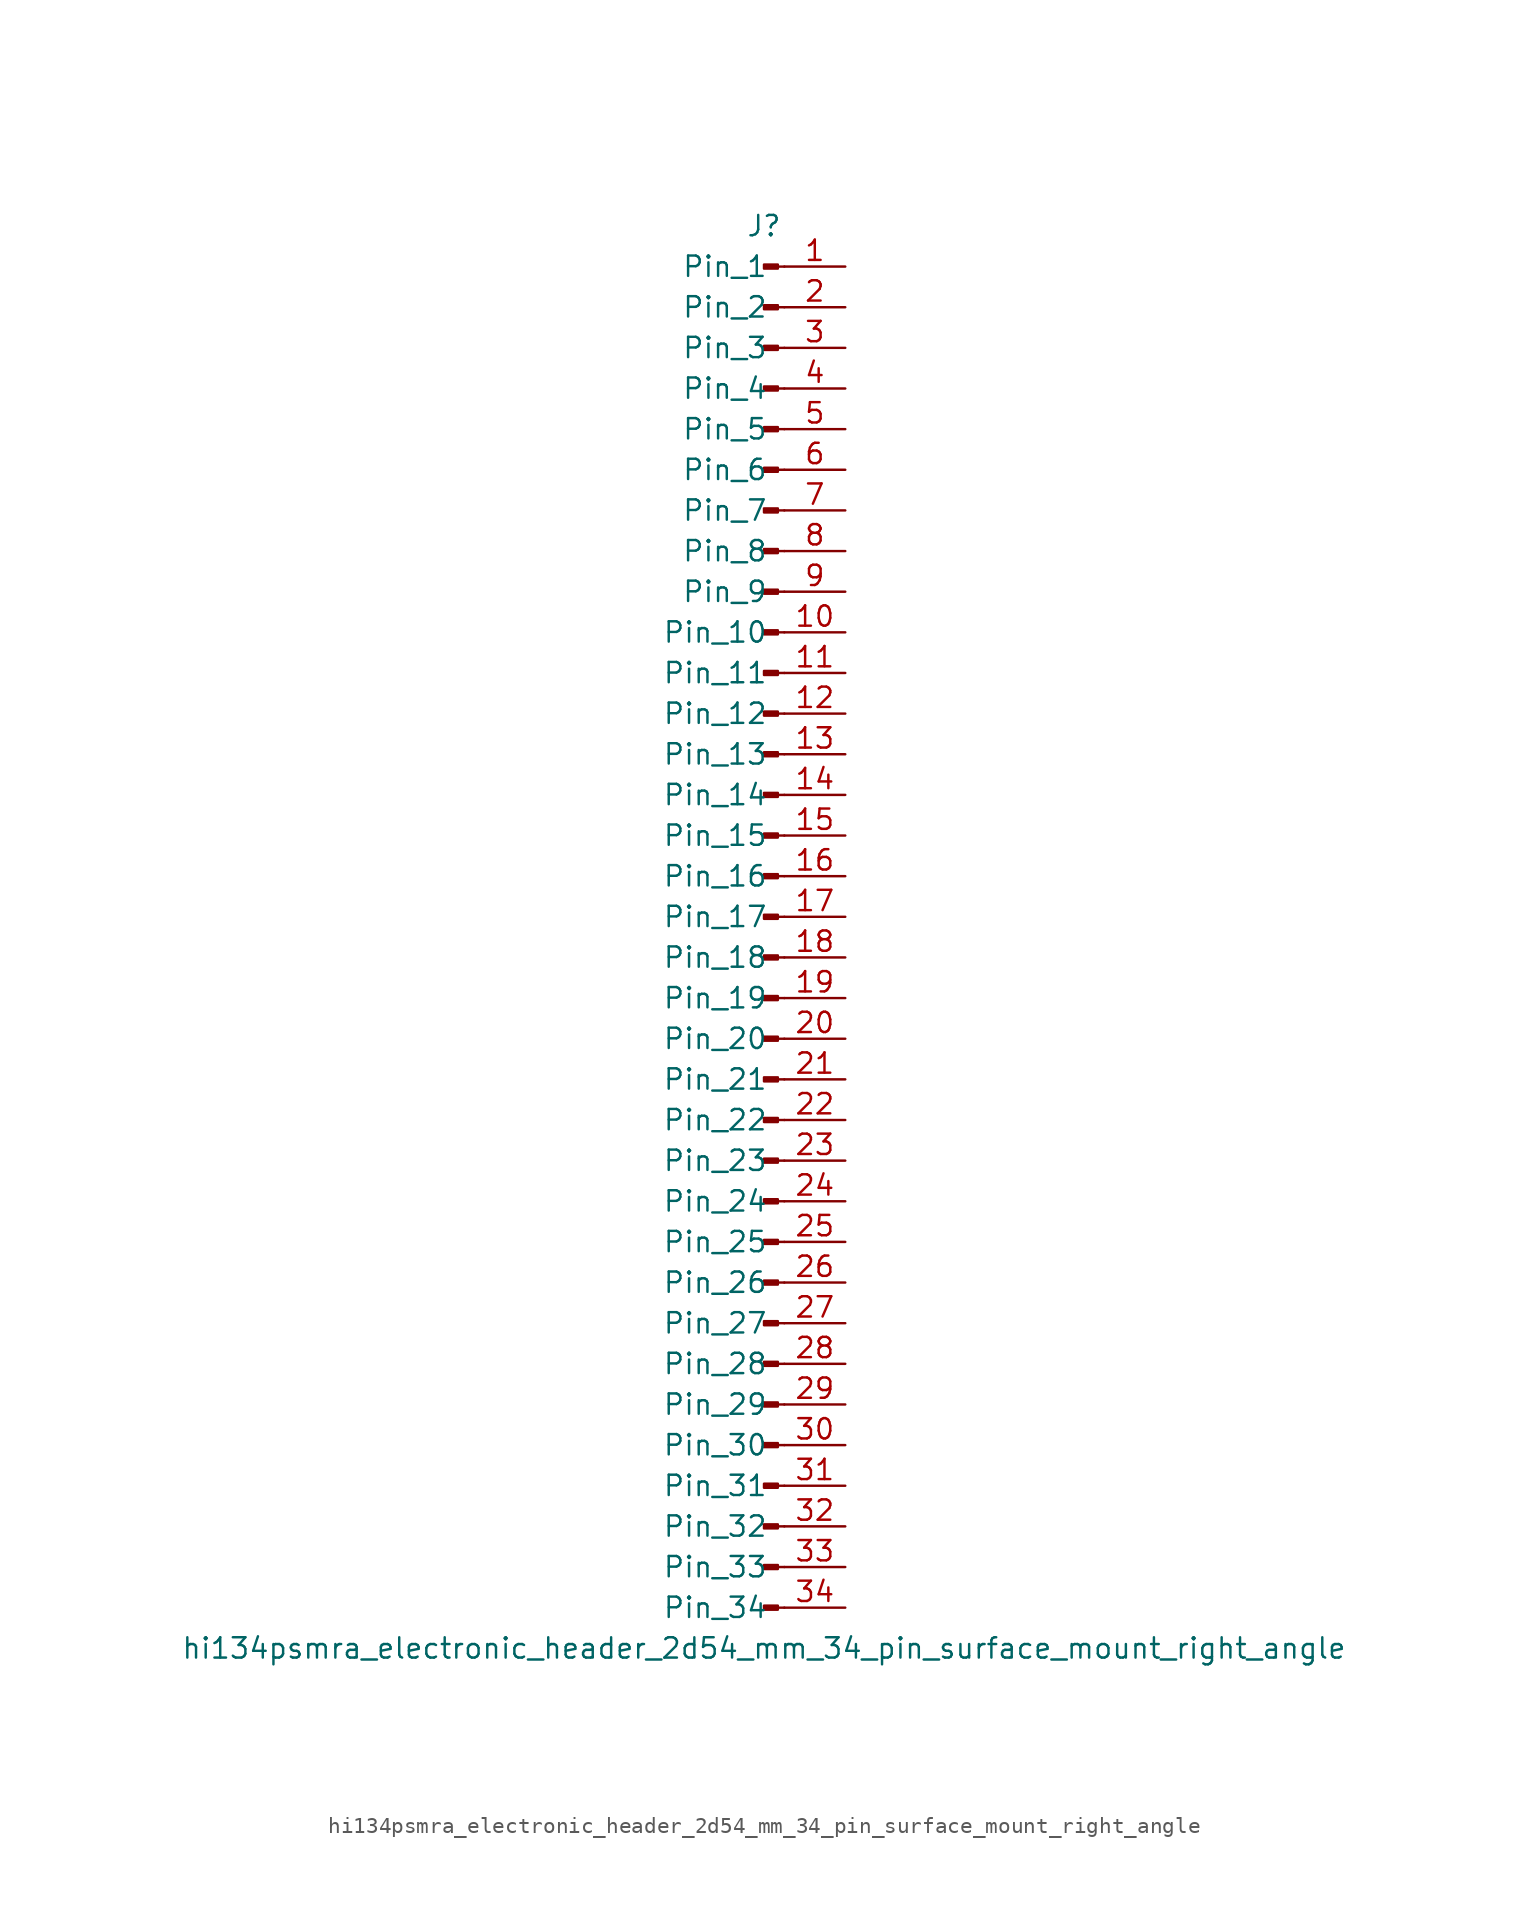
<source format=kicad_sym>
(kicad_symbol_lib
  (version 20220914)
  (generator kicad_symbol_editor)
  (symbol "hi134psmra_electronic_header_2d54_mm_34_pin_surface_mount_right_angle"
    (pin_names
      (offset 1.016))
    (property "Reference" "J"
      (at 0 43.18 0)
      (effects (font (size 1.27 1.27))))
    (property "Value" "hi134psmra_electronic_header_2d54_mm_34_pin_surface_mount_right_angle"
      (at 0 -45.72 0)
      (effects (font (size 1.27 1.27))))
    (property "ki_locked" ""
      (at 0 0 0)
      (effects (font (size 1.27 1.27))))
    (symbol "hi134psmra_electronic_header_2d54_mm_34_pin_surface_mount_right_angle_1_1"
      (polyline (pts (xy 1.27 -43.18) (xy 0.864 -43.18)) (stroke (width 0.152) (type default)) (fill (type none)))
      (polyline (pts (xy 1.27 -40.64) (xy 0.864 -40.64)) (stroke (width 0.152) (type default)) (fill (type none)))
      (polyline (pts (xy 1.27 -38.1) (xy 0.864 -38.1)) (stroke (width 0.152) (type default)) (fill (type none)))
      (polyline (pts (xy 1.27 -35.56) (xy 0.864 -35.56)) (stroke (width 0.152) (type default)) (fill (type none)))
      (polyline (pts (xy 1.27 -33.02) (xy 0.864 -33.02)) (stroke (width 0.152) (type default)) (fill (type none)))
      (polyline (pts (xy 1.27 -30.48) (xy 0.864 -30.48)) (stroke (width 0.152) (type default)) (fill (type none)))
      (polyline (pts (xy 1.27 -27.94) (xy 0.864 -27.94)) (stroke (width 0.152) (type default)) (fill (type none)))
      (polyline (pts (xy 1.27 -25.4) (xy 0.864 -25.4)) (stroke (width 0.152) (type default)) (fill (type none)))
      (polyline (pts (xy 1.27 -22.86) (xy 0.864 -22.86)) (stroke (width 0.152) (type default)) (fill (type none)))
      (polyline (pts (xy 1.27 -20.32) (xy 0.864 -20.32)) (stroke (width 0.152) (type default)) (fill (type none)))
      (polyline (pts (xy 1.27 -17.78) (xy 0.864 -17.78)) (stroke (width 0.152) (type default)) (fill (type none)))
      (polyline (pts (xy 1.27 -15.24) (xy 0.864 -15.24)) (stroke (width 0.152) (type default)) (fill (type none)))
      (polyline (pts (xy 1.27 -12.7) (xy 0.864 -12.7)) (stroke (width 0.152) (type default)) (fill (type none)))
      (polyline (pts (xy 1.27 -10.16) (xy 0.864 -10.16)) (stroke (width 0.152) (type default)) (fill (type none)))
      (polyline (pts (xy 1.27 -7.62) (xy 0.864 -7.62)) (stroke (width 0.152) (type default)) (fill (type none)))
      (polyline (pts (xy 1.27 -5.08) (xy 0.864 -5.08)) (stroke (width 0.152) (type default)) (fill (type none)))
      (polyline (pts (xy 1.27 -2.54) (xy 0.864 -2.54)) (stroke (width 0.152) (type default)) (fill (type none)))
      (polyline (pts (xy 1.27 0) (xy 0.864 0)) (stroke (width 0.152) (type default)) (fill (type none)))
      (polyline (pts (xy 1.27 2.54) (xy 0.864 2.54)) (stroke (width 0.152) (type default)) (fill (type none)))
      (polyline (pts (xy 1.27 5.08) (xy 0.864 5.08)) (stroke (width 0.152) (type default)) (fill (type none)))
      (polyline (pts (xy 1.27 7.62) (xy 0.864 7.62)) (stroke (width 0.152) (type default)) (fill (type none)))
      (polyline (pts (xy 1.27 10.16) (xy 0.864 10.16)) (stroke (width 0.152) (type default)) (fill (type none)))
      (polyline (pts (xy 1.27 12.7) (xy 0.864 12.7)) (stroke (width 0.152) (type default)) (fill (type none)))
      (polyline (pts (xy 1.27 15.24) (xy 0.864 15.24)) (stroke (width 0.152) (type default)) (fill (type none)))
      (polyline (pts (xy 1.27 17.78) (xy 0.864 17.78)) (stroke (width 0.152) (type default)) (fill (type none)))
      (polyline (pts (xy 1.27 20.32) (xy 0.864 20.32)) (stroke (width 0.152) (type default)) (fill (type none)))
      (polyline (pts (xy 1.27 22.86) (xy 0.864 22.86)) (stroke (width 0.152) (type default)) (fill (type none)))
      (polyline (pts (xy 1.27 25.4) (xy 0.864 25.4)) (stroke (width 0.152) (type default)) (fill (type none)))
      (polyline (pts (xy 1.27 27.94) (xy 0.864 27.94)) (stroke (width 0.152) (type default)) (fill (type none)))
      (polyline (pts (xy 1.27 30.48) (xy 0.864 30.48)) (stroke (width 0.152) (type default)) (fill (type none)))
      (polyline (pts (xy 1.27 33.02) (xy 0.864 33.02)) (stroke (width 0.152) (type default)) (fill (type none)))
      (polyline (pts (xy 1.27 35.56) (xy 0.864 35.56)) (stroke (width 0.152) (type default)) (fill (type none)))
      (polyline (pts (xy 1.27 38.1) (xy 0.864 38.1)) (stroke (width 0.152) (type default)) (fill (type none)))
      (polyline (pts (xy 1.27 40.64) (xy 0.864 40.64)) (stroke (width 0.152) (type default)) (fill (type none)))
      (rectangle (start 0.864 -43.053) (end 0 -43.307) (stroke (width 0.152) (type default)) (fill (type outline)))
      (rectangle (start 0.864 -40.513) (end 0 -40.767) (stroke (width 0.152) (type default)) (fill (type outline)))
      (rectangle (start 0.864 -37.973) (end 0 -38.227) (stroke (width 0.152) (type default)) (fill (type outline)))
      (rectangle (start 0.864 -35.433) (end 0 -35.687) (stroke (width 0.152) (type default)) (fill (type outline)))
      (rectangle (start 0.864 -32.893) (end 0 -33.147) (stroke (width 0.152) (type default)) (fill (type outline)))
      (rectangle (start 0.864 -30.353) (end 0 -30.607) (stroke (width 0.152) (type default)) (fill (type outline)))
      (rectangle (start 0.864 -27.813) (end 0 -28.067) (stroke (width 0.152) (type default)) (fill (type outline)))
      (rectangle (start 0.864 -25.273) (end 0 -25.527) (stroke (width 0.152) (type default)) (fill (type outline)))
      (rectangle (start 0.864 -22.733) (end 0 -22.987) (stroke (width 0.152) (type default)) (fill (type outline)))
      (rectangle (start 0.864 -20.193) (end 0 -20.447) (stroke (width 0.152) (type default)) (fill (type outline)))
      (rectangle (start 0.864 -17.653) (end 0 -17.907) (stroke (width 0.152) (type default)) (fill (type outline)))
      (rectangle (start 0.864 -15.113) (end 0 -15.367) (stroke (width 0.152) (type default)) (fill (type outline)))
      (rectangle (start 0.864 -12.573) (end 0 -12.827) (stroke (width 0.152) (type default)) (fill (type outline)))
      (rectangle (start 0.864 -10.033) (end 0 -10.287) (stroke (width 0.152) (type default)) (fill (type outline)))
      (rectangle (start 0.864 -7.493) (end 0 -7.747) (stroke (width 0.152) (type default)) (fill (type outline)))
      (rectangle (start 0.864 -4.953) (end 0 -5.207) (stroke (width 0.152) (type default)) (fill (type outline)))
      (rectangle (start 0.864 -2.413) (end 0 -2.667) (stroke (width 0.152) (type default)) (fill (type outline)))
      (rectangle (start 0.864 0.127) (end 0 -0.127) (stroke (width 0.152) (type default)) (fill (type outline)))
      (rectangle (start 0.864 2.667) (end 0 2.413) (stroke (width 0.152) (type default)) (fill (type outline)))
      (rectangle (start 0.864 5.207) (end 0 4.953) (stroke (width 0.152) (type default)) (fill (type outline)))
      (rectangle (start 0.864 7.747) (end 0 7.493) (stroke (width 0.152) (type default)) (fill (type outline)))
      (rectangle (start 0.864 10.287) (end 0 10.033) (stroke (width 0.152) (type default)) (fill (type outline)))
      (rectangle (start 0.864 12.827) (end 0 12.573) (stroke (width 0.152) (type default)) (fill (type outline)))
      (rectangle (start 0.864 15.367) (end 0 15.113) (stroke (width 0.152) (type default)) (fill (type outline)))
      (rectangle (start 0.864 17.907) (end 0 17.653) (stroke (width 0.152) (type default)) (fill (type outline)))
      (rectangle (start 0.864 20.447) (end 0 20.193) (stroke (width 0.152) (type default)) (fill (type outline)))
      (rectangle (start 0.864 22.987) (end 0 22.733) (stroke (width 0.152) (type default)) (fill (type outline)))
      (rectangle (start 0.864 25.527) (end 0 25.273) (stroke (width 0.152) (type default)) (fill (type outline)))
      (rectangle (start 0.864 28.067) (end 0 27.813) (stroke (width 0.152) (type default)) (fill (type outline)))
      (rectangle (start 0.864 30.607) (end 0 30.353) (stroke (width 0.152) (type default)) (fill (type outline)))
      (rectangle (start 0.864 33.147) (end 0 32.893) (stroke (width 0.152) (type default)) (fill (type outline)))
      (rectangle (start 0.864 35.687) (end 0 35.433) (stroke (width 0.152) (type default)) (fill (type outline)))
      (rectangle (start 0.864 38.227) (end 0 37.973) (stroke (width 0.152) (type default)) (fill (type outline)))
      (rectangle (start 0.864 40.767) (end 0 40.513) (stroke (width 0.152) (type default)) (fill (type outline)))
      (pin passive line (at 5.08 40.64 180) (length 3.81) (name "Pin_1" (effects (font (size 1.27 1.27)))) (number "1" (effects (font (size 1.27 1.27)))))
      (pin passive line (at 5.08 17.78 180) (length 3.81) (name "Pin_10" (effects (font (size 1.27 1.27)))) (number "10" (effects (font (size 1.27 1.27)))))
      (pin passive line (at 5.08 15.24 180) (length 3.81) (name "Pin_11" (effects (font (size 1.27 1.27)))) (number "11" (effects (font (size 1.27 1.27)))))
      (pin passive line (at 5.08 12.7 180) (length 3.81) (name "Pin_12" (effects (font (size 1.27 1.27)))) (number "12" (effects (font (size 1.27 1.27)))))
      (pin passive line (at 5.08 10.16 180) (length 3.81) (name "Pin_13" (effects (font (size 1.27 1.27)))) (number "13" (effects (font (size 1.27 1.27)))))
      (pin passive line (at 5.08 7.62 180) (length 3.81) (name "Pin_14" (effects (font (size 1.27 1.27)))) (number "14" (effects (font (size 1.27 1.27)))))
      (pin passive line (at 5.08 5.08 180) (length 3.81) (name "Pin_15" (effects (font (size 1.27 1.27)))) (number "15" (effects (font (size 1.27 1.27)))))
      (pin passive line (at 5.08 2.54 180) (length 3.81) (name "Pin_16" (effects (font (size 1.27 1.27)))) (number "16" (effects (font (size 1.27 1.27)))))
      (pin passive line (at 5.08 0 180) (length 3.81) (name "Pin_17" (effects (font (size 1.27 1.27)))) (number "17" (effects (font (size 1.27 1.27)))))
      (pin passive line (at 5.08 -2.54 180) (length 3.81) (name "Pin_18" (effects (font (size 1.27 1.27)))) (number "18" (effects (font (size 1.27 1.27)))))
      (pin passive line (at 5.08 -5.08 180) (length 3.81) (name "Pin_19" (effects (font (size 1.27 1.27)))) (number "19" (effects (font (size 1.27 1.27)))))
      (pin passive line (at 5.08 38.1 180) (length 3.81) (name "Pin_2" (effects (font (size 1.27 1.27)))) (number "2" (effects (font (size 1.27 1.27)))))
      (pin passive line (at 5.08 -7.62 180) (length 3.81) (name "Pin_20" (effects (font (size 1.27 1.27)))) (number "20" (effects (font (size 1.27 1.27)))))
      (pin passive line (at 5.08 -10.16 180) (length 3.81) (name "Pin_21" (effects (font (size 1.27 1.27)))) (number "21" (effects (font (size 1.27 1.27)))))
      (pin passive line (at 5.08 -12.7 180) (length 3.81) (name "Pin_22" (effects (font (size 1.27 1.27)))) (number "22" (effects (font (size 1.27 1.27)))))
      (pin passive line (at 5.08 -15.24 180) (length 3.81) (name "Pin_23" (effects (font (size 1.27 1.27)))) (number "23" (effects (font (size 1.27 1.27)))))
      (pin passive line (at 5.08 -17.78 180) (length 3.81) (name "Pin_24" (effects (font (size 1.27 1.27)))) (number "24" (effects (font (size 1.27 1.27)))))
      (pin passive line (at 5.08 -20.32 180) (length 3.81) (name "Pin_25" (effects (font (size 1.27 1.27)))) (number "25" (effects (font (size 1.27 1.27)))))
      (pin passive line (at 5.08 -22.86 180) (length 3.81) (name "Pin_26" (effects (font (size 1.27 1.27)))) (number "26" (effects (font (size 1.27 1.27)))))
      (pin passive line (at 5.08 -25.4 180) (length 3.81) (name "Pin_27" (effects (font (size 1.27 1.27)))) (number "27" (effects (font (size 1.27 1.27)))))
      (pin passive line (at 5.08 -27.94 180) (length 3.81) (name "Pin_28" (effects (font (size 1.27 1.27)))) (number "28" (effects (font (size 1.27 1.27)))))
      (pin passive line (at 5.08 -30.48 180) (length 3.81) (name "Pin_29" (effects (font (size 1.27 1.27)))) (number "29" (effects (font (size 1.27 1.27)))))
      (pin passive line (at 5.08 35.56 180) (length 3.81) (name "Pin_3" (effects (font (size 1.27 1.27)))) (number "3" (effects (font (size 1.27 1.27)))))
      (pin passive line (at 5.08 -33.02 180) (length 3.81) (name "Pin_30" (effects (font (size 1.27 1.27)))) (number "30" (effects (font (size 1.27 1.27)))))
      (pin passive line (at 5.08 -35.56 180) (length 3.81) (name "Pin_31" (effects (font (size 1.27 1.27)))) (number "31" (effects (font (size 1.27 1.27)))))
      (pin passive line (at 5.08 -38.1 180) (length 3.81) (name "Pin_32" (effects (font (size 1.27 1.27)))) (number "32" (effects (font (size 1.27 1.27)))))
      (pin passive line (at 5.08 -40.64 180) (length 3.81) (name "Pin_33" (effects (font (size 1.27 1.27)))) (number "33" (effects (font (size 1.27 1.27)))))
      (pin passive line (at 5.08 -43.18 180) (length 3.81) (name "Pin_34" (effects (font (size 1.27 1.27)))) (number "34" (effects (font (size 1.27 1.27)))))
      (pin passive line (at 5.08 33.02 180) (length 3.81) (name "Pin_4" (effects (font (size 1.27 1.27)))) (number "4" (effects (font (size 1.27 1.27)))))
      (pin passive line (at 5.08 30.48 180) (length 3.81) (name "Pin_5" (effects (font (size 1.27 1.27)))) (number "5" (effects (font (size 1.27 1.27)))))
      (pin passive line (at 5.08 27.94 180) (length 3.81) (name "Pin_6" (effects (font (size 1.27 1.27)))) (number "6" (effects (font (size 1.27 1.27)))))
      (pin passive line (at 5.08 25.4 180) (length 3.81) (name "Pin_7" (effects (font (size 1.27 1.27)))) (number "7" (effects (font (size 1.27 1.27)))))
      (pin passive line (at 5.08 22.86 180) (length 3.81) (name "Pin_8" (effects (font (size 1.27 1.27)))) (number "8" (effects (font (size 1.27 1.27)))))
      (pin passive line (at 5.08 20.32 180) (length 3.81) (name "Pin_9" (effects (font (size 1.27 1.27)))) (number "9" (effects (font (size 1.27 1.27))))))))
</source>
